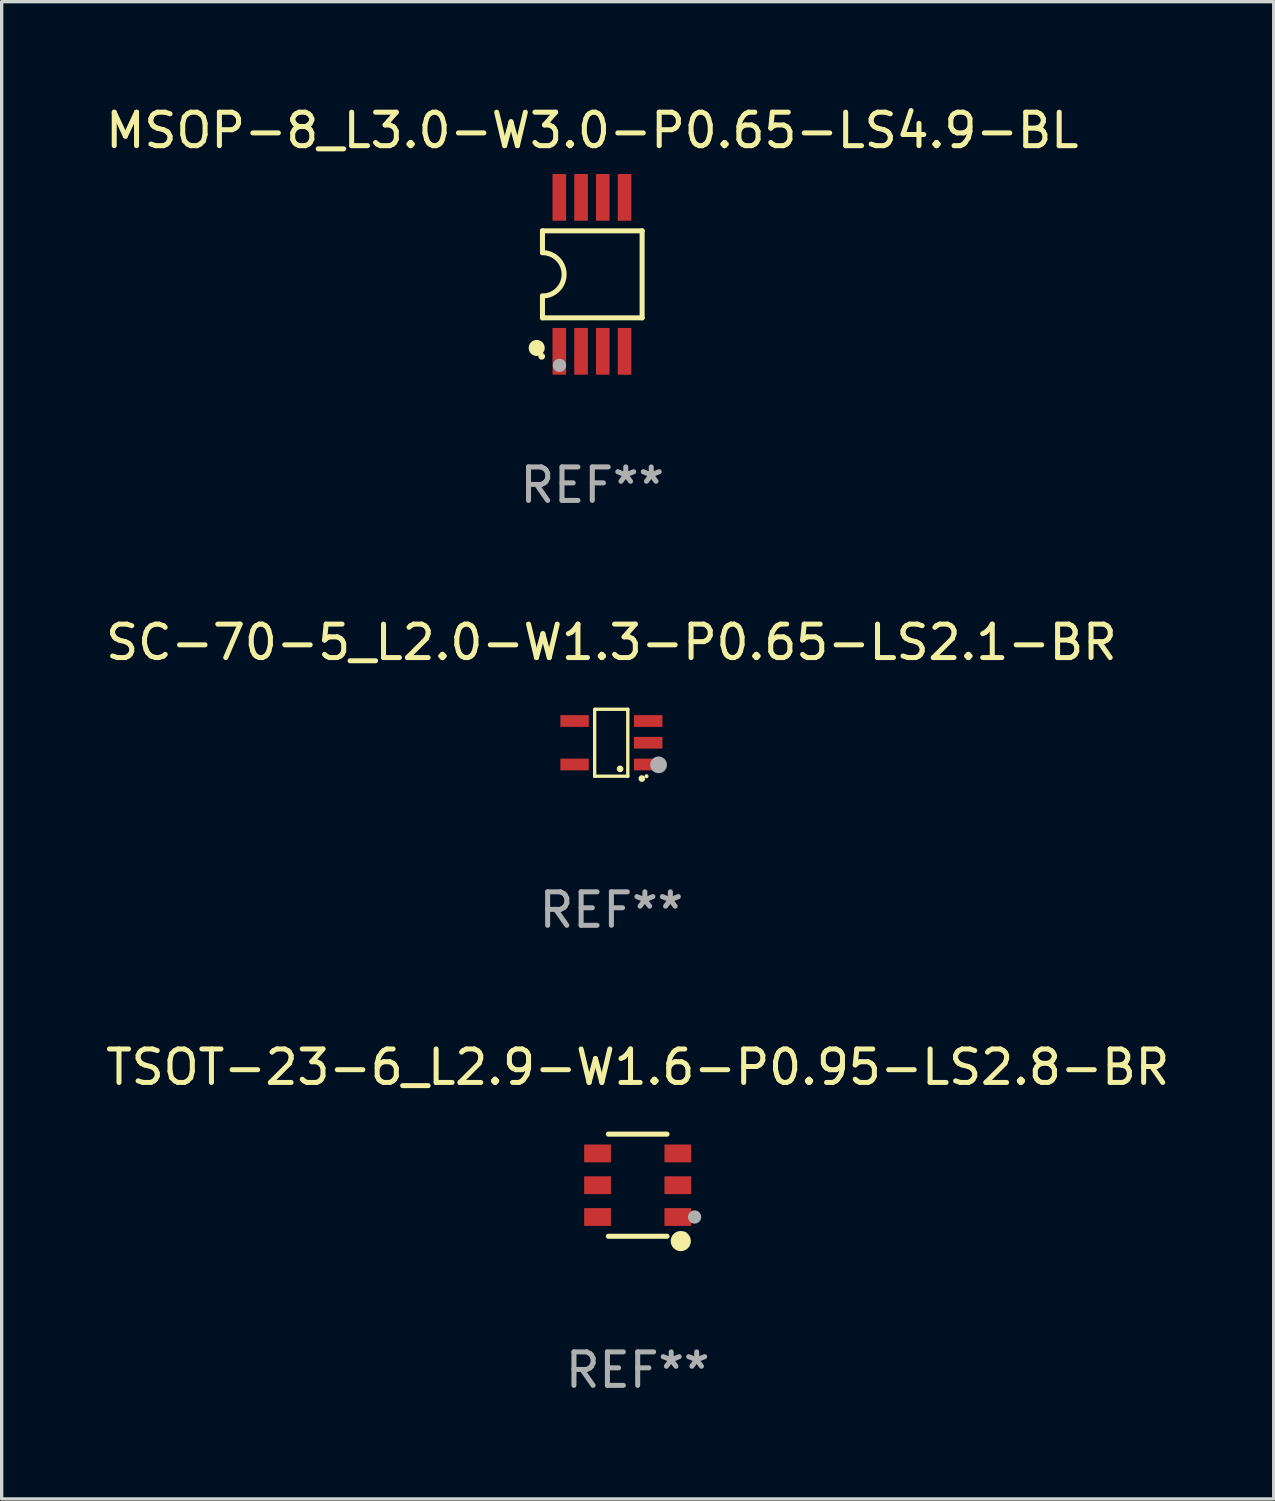
<source format=kicad_pcb>
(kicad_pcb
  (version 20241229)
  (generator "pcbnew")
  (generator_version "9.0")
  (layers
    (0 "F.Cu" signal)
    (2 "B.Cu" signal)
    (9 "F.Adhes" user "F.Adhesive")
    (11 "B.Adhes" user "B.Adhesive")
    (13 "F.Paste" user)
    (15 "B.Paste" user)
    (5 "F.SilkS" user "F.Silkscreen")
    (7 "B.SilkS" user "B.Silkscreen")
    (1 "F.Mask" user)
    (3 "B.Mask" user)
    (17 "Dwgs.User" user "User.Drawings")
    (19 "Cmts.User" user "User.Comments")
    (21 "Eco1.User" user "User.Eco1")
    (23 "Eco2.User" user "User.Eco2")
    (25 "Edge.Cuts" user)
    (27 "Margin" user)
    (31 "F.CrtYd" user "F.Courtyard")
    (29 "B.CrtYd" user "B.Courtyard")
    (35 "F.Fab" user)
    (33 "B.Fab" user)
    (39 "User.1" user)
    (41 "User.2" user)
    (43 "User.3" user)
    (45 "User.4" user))
  (footprint "MSOP-8_L3.0-W3.0-P0.65-LS4.9-BL"
    (layer "F.Cu")
    (at 14.638 5.148)
    (property "Reference" "MSOP-8_L3.0-W3.0-P0.65-LS4.9-BL" (at 0.011 -4.3 0) (layer "F.SilkS") (effects (font (size 1 1) (thickness 0.15))))
    (attr smd)
    (fp_line (start -1.478 -1.3) (end -1.478 -0.648) (stroke (width 0.15) (type solid)) (layer "F.SilkS"))
    (fp_line (start -1.478 0.648) (end -1.478 1.3) (stroke (width 0.15) (type solid)) (layer "F.SilkS"))
    (fp_line (start -1.478 1.3) (end 1.5 1.3) (stroke (width 0.15) (type solid)) (layer "F.SilkS"))
    (fp_line (start 1.5 -1.3) (end -1.478 -1.3) (stroke (width 0.15) (type solid)) (layer "F.SilkS"))
    (fp_line (start 1.5 1.3) (end 1.5 -1.3) (stroke (width 0.15) (type solid)) (layer "F.SilkS"))
    (fp_arc (start -1.47841 -0.647701) (mid -0.830709 0) (end -1.47841 0.647701) (stroke (width 0.150013) (type solid)) (layer "F.SilkS"))
    (fp_circle (center -1.65 2.2) (end -1.53 2.2) (stroke (width 0.24) (type solid)) (fill no) (layer "F.SilkS"))
    (fp_circle (center -1.5 2.45) (end -1.45 2.45) (stroke (width 0.1) (type solid)) (fill no) (layer "F.SilkS"))
    (fp_circle (center -0.97 2.72) (end -0.87 2.72) (stroke (width 0.2) (type solid)) (fill no) (layer "F.Fab"))
    (fp_text user "REF**" (at 0.011 6.3 0) (layer "F.Fab") (effects (font (size 1 1) (thickness 0.15))))
    (pad "1" smd rect (at -0.975 2.3) (size 0.406 1.397) (layers "F.Cu" "F.Mask" "F.Paste"))
    (pad "2" smd rect (at -0.325 2.3) (size 0.406 1.397) (layers "F.Cu" "F.Mask" "F.Paste"))
    (pad "3" smd rect (at 0.325 2.3) (size 0.406 1.397) (layers "F.Cu" "F.Mask" "F.Paste"))
    (pad "4" smd rect (at 0.975 2.3) (size 0.406 1.397) (layers "F.Cu" "F.Mask" "F.Paste"))
    (pad "5" smd rect (at 0.975 -2.3) (size 0.406 1.397) (layers "F.Cu" "F.Mask" "F.Paste"))
    (pad "6" smd rect (at 0.325 -2.3) (size 0.406 1.397) (layers "F.Cu" "F.Mask" "F.Paste"))
    (pad "7" smd rect (at -0.325 -2.3) (size 0.406 1.397) (layers "F.Cu" "F.Mask" "F.Paste"))
    (pad "8" smd rect (at -0.975 -2.3) (size 0.406 1.397) (layers "F.Cu" "F.Mask" "F.Paste")))
  (footprint "SC-70-5_L2.0-W1.3-P0.65-LS2.1-BR"
    (layer "F.Cu")
    (at 15.22 19.145)
    (property "Reference" "SC-70-5_L2.0-W1.3-P0.65-LS2.1-BR" (at 0 -3 0) (layer "F.SilkS") (effects (font (size 1 1) (thickness 0.15))))
    (attr smd)
    (fp_line (start -0.5 -0.99) (end -0.5 1) (stroke (width 0.1) (type solid)) (layer "F.SilkS"))
    (fp_line (start -0.5 1) (end 0.49 1) (stroke (width 0.1) (type solid)) (layer "F.SilkS"))
    (fp_line (start -0.49 -1) (end -0.5 -0.99) (stroke (width 0.1) (type solid)) (layer "F.SilkS"))
    (fp_line (start 0.49 -1) (end -0.49 -1) (stroke (width 0.1) (type solid)) (layer "F.SilkS"))
    (fp_line (start 0.49 1) (end 0.49 -1) (stroke (width 0.1) (type solid)) (layer "F.SilkS"))
    (fp_circle (center 0.26 0.78) (end 0.31 0.78) (stroke (width 0.1) (type solid)) (fill no) (layer "F.SilkS"))
    (fp_circle (center 0.91 1.07) (end 0.96 1.07) (stroke (width 0.1) (type solid)) (fill no) (layer "F.SilkS"))
    (fp_circle (center 1.05 1) (end 1.08 1) (stroke (width 0.06) (type solid)) (fill no) (layer "F.SilkS"))
    (fp_circle (center 1.41 0.66) (end 1.535 0.66) (stroke (width 0.25) (type solid)) (fill no) (layer "F.Fab"))
    (fp_text user "REF**" (at 0 5 0) (layer "F.Fab") (effects (font (size 1 1) (thickness 0.15))))
    (pad "1" smd rect (at 1.1 0.65 90) (size 0.35 0.85) (layers "F.Cu" "F.Mask" "F.Paste"))
    (pad "2" smd rect (at 1.1 0 90) (size 0.35 0.85) (layers "F.Cu" "F.Mask" "F.Paste"))
    (pad "3" smd rect (at 1.1 -0.65 90) (size 0.35 0.85) (layers "F.Cu" "F.Mask" "F.Paste"))
    (pad "4" smd rect (at -1.1 -0.65 90) (size 0.35 0.85) (layers "F.Cu" "F.Mask" "F.Paste"))
    (pad "5" smd rect (at -1.1 0.65 90) (size 0.35 0.85) (layers "F.Cu" "F.Mask" "F.Paste")))
  (footprint "TSOT-23-6_L2.9-W1.6-P0.95-LS2.8-BR"
    (layer "F.Cu")
    (at 16.006 32.367)
    (property "Reference" "TSOT-23-6_L2.9-W1.6-P0.95-LS2.8-BR" (at 0 -3.526 0) (layer "F.SilkS") (effects (font (size 1 1) (thickness 0.15))))
    (attr smd)
    (fp_line (start 0.876 -1.526) (end -0.876 -1.526) (stroke (width 0.152) (type solid)) (layer "F.SilkS"))
    (fp_line (start 0.876 1.526) (end -0.876 1.526) (stroke (width 0.152) (type solid)) (layer "F.SilkS"))
    (fp_circle (center 1.287 1.669) (end 1.438 1.669) (stroke (width 0.3) (type solid)) (fill no) (layer "F.SilkS"))
    (fp_circle (center 1.4 1.45) (end 1.43 1.45) (stroke (width 0.06) (type solid)) (fill no) (layer "F.SilkS"))
    (fp_circle (center 1.7 0.95) (end 1.8 0.95) (stroke (width 0.2) (type solid)) (fill no) (layer "F.Fab"))
    (fp_text user "REF**" (at 0 5.526 0) (layer "F.Fab") (effects (font (size 1 1) (thickness 0.15))))
    (pad "1" smd rect (at 1.2 0.95) (size 0.8 0.532) (layers "F.Cu" "F.Mask" "F.Paste"))
    (pad "2" smd rect (at 1.2 0) (size 0.8 0.532) (layers "F.Cu" "F.Mask" "F.Paste"))
    (pad "3" smd rect (at 1.2 -0.95) (size 0.8 0.532) (layers "F.Cu" "F.Mask" "F.Paste"))
    (pad "4" smd rect (at -1.2 -0.95) (size 0.8 0.532) (layers "F.Cu" "F.Mask" "F.Paste"))
    (pad "5" smd rect (at -1.2 0) (size 0.8 0.532) (layers "F.Cu" "F.Mask" "F.Paste"))
    (pad "6" smd rect (at -1.2 0.95) (size 0.8 0.532) (layers "F.Cu" "F.Mask" "F.Paste")))
  (gr_rect
    (start -3 -3)
    (end 35.012 41.742)
    (stroke (width 0.1) (type default))
    (fill no)
    (layer "Edge.Cuts")))
</source>
